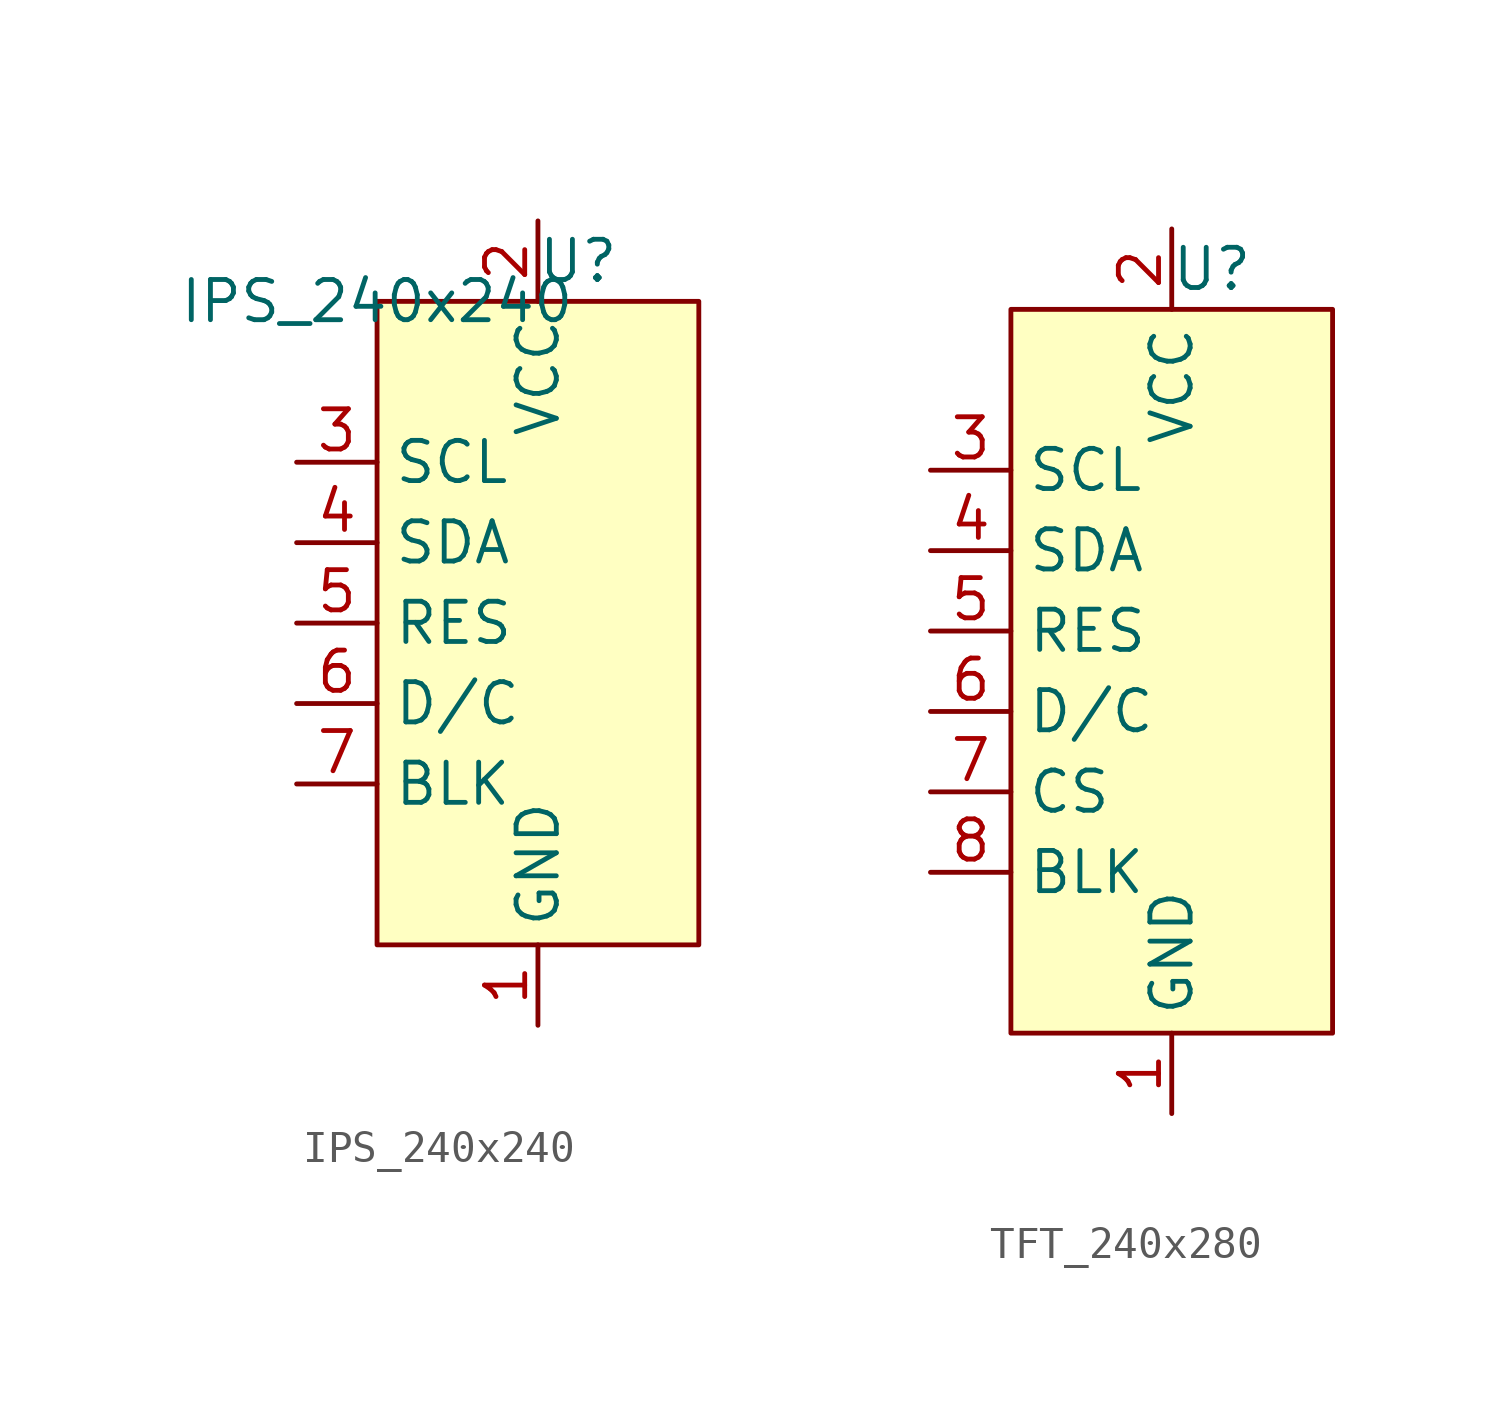
<source format=kicad_sym>
(kicad_symbol_lib
  (version 20231120)
  (generator "kicad_symbol_editor")
  (generator_version "8.0")
  (symbol "IPS_240x240"
    (property "Reference" "U"
      (at 1.27 11.43 0)
      (effects (font (size 1.27 1.27))))
    (property "Value" "IPS_240x240"
      (at -5.08 10.16 0)
      (effects (font (size 1.27 1.27))))
    (symbol "IPS_240x240_1_1"
      (rectangle (start -5.08 10.16) (end 5.08 -10.16) (stroke (width 0) (type default)) (fill (type background)))
      (pin power_in line (at 0 -12.7 90) (length 2.54) (name "GND" (effects (font (size 1.27 1.27)))) (number "1" (effects (font (size 1.27 1.27)))))
      (pin power_in line (at 0 12.7 270) (length 2.54) (name "VCC" (effects (font (size 1.27 1.27)))) (number "2" (effects (font (size 1.27 1.27)))))
      (pin input line (at -7.62 5.08 0) (length 2.54) (name "SCL" (effects (font (size 1.27 1.27)))) (number "3" (effects (font (size 1.27 1.27)))))
      (pin input line (at -7.62 2.54 0) (length 2.54) (name "SDA" (effects (font (size 1.27 1.27)))) (number "4" (effects (font (size 1.27 1.27)))))
      (pin input line (at -7.62 0 0) (length 2.54) (name "RES" (effects (font (size 1.27 1.27)))) (number "5" (effects (font (size 1.27 1.27)))))
      (pin input line (at -7.62 -2.54 0) (length 2.54) (name "D/C" (effects (font (size 1.27 1.27)))) (number "6" (effects (font (size 1.27 1.27)))))
      (pin input line (at -7.62 -5.08 0) (length 2.54) (name "BLK" (effects (font (size 1.27 1.27)))) (number "7" (effects (font (size 1.27 1.27)))))))
  (symbol "TFT_240x280"
    (property "Reference" "U"
      (at 1.27 12.7 0)
      (effects (font (size 1.27 1.27))))
    (property "Value" ""
      (at -5.08 11.43 0)
      (effects (font (size 1.27 1.27))))
    (symbol "TFT_240x280_1_1"
      (rectangle (start -5.08 11.43) (end 5.08 -11.43) (stroke (width 0) (type default)) (fill (type background)))
      (pin power_in line (at 0 -13.97 90) (length 2.54) (name "GND" (effects (font (size 1.27 1.27)))) (number "1" (effects (font (size 1.27 1.27)))))
      (pin power_in line (at 0 13.97 270) (length 2.54) (name "VCC" (effects (font (size 1.27 1.27)))) (number "2" (effects (font (size 1.27 1.27)))))
      (pin input line (at -7.62 6.35 0) (length 2.54) (name "SCL" (effects (font (size 1.27 1.27)))) (number "3" (effects (font (size 1.27 1.27)))))
      (pin input line (at -7.62 3.81 0) (length 2.54) (name "SDA" (effects (font (size 1.27 1.27)))) (number "4" (effects (font (size 1.27 1.27)))))
      (pin input line (at -7.62 1.27 0) (length 2.54) (name "RES" (effects (font (size 1.27 1.27)))) (number "5" (effects (font (size 1.27 1.27)))))
      (pin input line (at -7.62 -1.27 0) (length 2.54) (name "D/C" (effects (font (size 1.27 1.27)))) (number "6" (effects (font (size 1.27 1.27)))))
      (pin input line (at -7.62 -3.81 0) (length 2.54) (name "CS" (effects (font (size 1.27 1.27)))) (number "7" (effects (font (size 1.27 1.27)))))
      (pin input line (at -7.62 -6.35 0) (length 2.54) (name "BLK" (effects (font (size 1.27 1.27)))) (number "8" (effects (font (size 1.27 1.27))))))))
</source>
